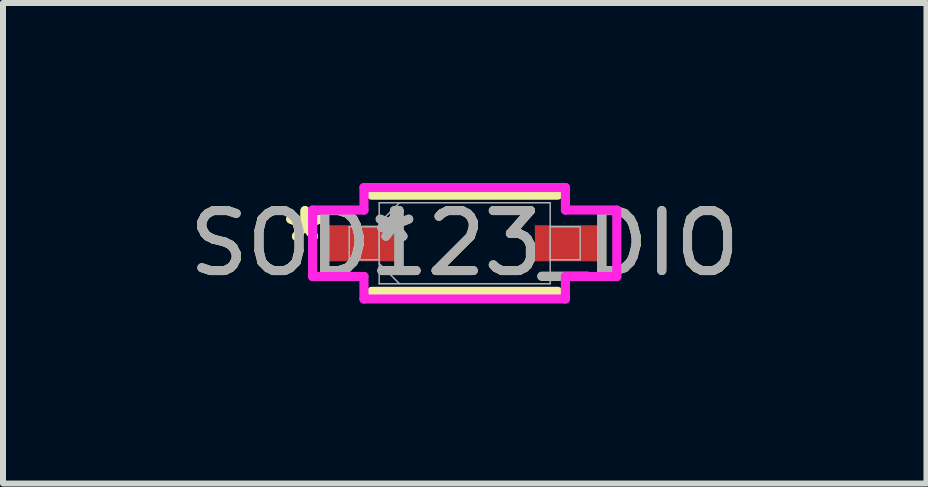
<source format=kicad_pcb>
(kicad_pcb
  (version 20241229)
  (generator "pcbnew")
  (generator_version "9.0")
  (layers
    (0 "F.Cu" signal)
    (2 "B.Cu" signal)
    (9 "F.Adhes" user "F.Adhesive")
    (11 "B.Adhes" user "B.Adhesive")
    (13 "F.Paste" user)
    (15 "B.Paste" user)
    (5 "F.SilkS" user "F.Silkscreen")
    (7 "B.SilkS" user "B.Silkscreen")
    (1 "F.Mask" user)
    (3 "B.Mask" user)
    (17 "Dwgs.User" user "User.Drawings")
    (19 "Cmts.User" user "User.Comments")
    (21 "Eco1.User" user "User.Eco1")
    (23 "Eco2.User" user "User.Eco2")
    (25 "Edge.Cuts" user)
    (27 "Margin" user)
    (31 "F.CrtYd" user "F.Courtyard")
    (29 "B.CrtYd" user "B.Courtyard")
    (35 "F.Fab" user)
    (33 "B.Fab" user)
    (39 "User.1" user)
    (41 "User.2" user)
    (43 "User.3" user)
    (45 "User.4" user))
  (footprint "SOD123_DIO"
    (layer "F.Cu")
    (at 4.696 1.005)
    (property "Reference" "SOD123_DIO" (at 0 0 0) (unlocked yes) (layer "F.SilkS") (effects (font (size 1 1) (thickness 0.15))))
    (attr smd)
    (fp_line (start -1.552 0.802) (end 1.552 0.802) (stroke (width 0.152) (type solid)) (layer "F.SilkS"))
    (fp_line (start 1.552 -0.802) (end -1.552 -0.802) (stroke (width 0.152) (type solid)) (layer "F.SilkS"))
    (fp_line (start -2.535 -0.554) (end -1.679 -0.554) (stroke (width 0.152) (type solid)) (layer "F.CrtYd"))
    (fp_line (start -2.535 0.554) (end -2.535 -0.554) (stroke (width 0.152) (type solid)) (layer "F.CrtYd"))
    (fp_line (start -1.679 -0.929) (end 1.679 -0.929) (stroke (width 0.152) (type solid)) (layer "F.CrtYd"))
    (fp_line (start -1.679 -0.554) (end -1.679 -0.929) (stroke (width 0.152) (type solid)) (layer "F.CrtYd"))
    (fp_line (start -1.679 0.554) (end -2.535 0.554) (stroke (width 0.152) (type solid)) (layer "F.CrtYd"))
    (fp_line (start -1.679 0.929) (end -1.679 0.554) (stroke (width 0.152) (type solid)) (layer "F.CrtYd"))
    (fp_line (start 1.679 -0.929) (end 1.679 -0.554) (stroke (width 0.152) (type solid)) (layer "F.CrtYd"))
    (fp_line (start 1.679 -0.554) (end 2.535 -0.554) (stroke (width 0.152) (type solid)) (layer "F.CrtYd"))
    (fp_line (start 1.679 0.554) (end 1.679 0.929) (stroke (width 0.152) (type solid)) (layer "F.CrtYd"))
    (fp_line (start 1.679 0.929) (end -1.679 0.929) (stroke (width 0.152) (type solid)) (layer "F.CrtYd"))
    (fp_line (start 2.535 -0.554) (end 2.535 0.554) (stroke (width 0.152) (type solid)) (layer "F.CrtYd"))
    (fp_line (start 2.535 0.554) (end 1.679 0.554) (stroke (width 0.152) (type solid)) (layer "F.CrtYd"))
    (fp_line (start -1.925 -0.275) (end -1.925 0.275) (stroke (width 0.025) (type solid)) (layer "F.Fab"))
    (fp_line (start -1.925 0.275) (end -1.425 0.275) (stroke (width 0.025) (type solid)) (layer "F.Fab"))
    (fp_line (start -1.425 -0.675) (end -1.425 0.675) (stroke (width 0.025) (type solid)) (layer "F.Fab"))
    (fp_line (start -1.425 -0.338) (end -1.087 -0.675) (stroke (width 0.025) (type solid)) (layer "F.Fab"))
    (fp_line (start -1.425 -0.275) (end -1.925 -0.275) (stroke (width 0.025) (type solid)) (layer "F.Fab"))
    (fp_line (start -1.425 0.275) (end -1.425 -0.275) (stroke (width 0.025) (type solid)) (layer "F.Fab"))
    (fp_line (start -1.425 0.338) (end -1.087 0.675) (stroke (width 0.025) (type solid)) (layer "F.Fab"))
    (fp_line (start -1.425 0.675) (end 1.425 0.675) (stroke (width 0.025) (type solid)) (layer "F.Fab"))
    (fp_line (start 1.425 -0.675) (end -1.425 -0.675) (stroke (width 0.025) (type solid)) (layer "F.Fab"))
    (fp_line (start 1.425 -0.275) (end 1.425 0.275) (stroke (width 0.025) (type solid)) (layer "F.Fab"))
    (fp_line (start 1.425 0.275) (end 1.925 0.275) (stroke (width 0.025) (type solid)) (layer "F.Fab"))
    (fp_line (start 1.425 0.675) (end 1.425 -0.675) (stroke (width 0.025) (type solid)) (layer "F.Fab"))
    (fp_line (start 1.925 -0.275) (end 1.425 -0.275) (stroke (width 0.025) (type solid)) (layer "F.Fab"))
    (fp_line (start 1.925 0.275) (end 1.925 -0.275) (stroke (width 0.025) (type solid)) (layer "F.Fab"))
    (fp_text user "*" (at -2.662 0 0) (layer "F.SilkS") (effects (font (size 1 1) (thickness 0.15))))
    (fp_text user "*" (at -2.662 0 0) (unlocked yes) (layer "F.SilkS") (effects (font (size 1 1) (thickness 0.15))))
    (fp_text user "*" (at -1.171 0 0) (layer "F.Fab") (effects (font (size 1 1) (thickness 0.15))))
    (fp_text user "*" (at -1.171 0 0) (unlocked yes) (layer "F.Fab") (effects (font (size 1 1) (thickness 0.15))))
    (fp_text user "${REFERENCE}" (at 0 0 0) (unlocked yes) (layer "F.Fab") (effects (font (size 1 1) (thickness 0.15))))
    (pad "1" smd rect (at -1.725 0) (size 1.111 0.601) (layers "F.Cu" "F.Mask" "F.Paste"))
    (pad "2" smd rect (at 1.725 0) (size 1.111 0.601) (layers "F.Cu" "F.Mask" "F.Paste")))
  (gr_rect
    (start -3 -3)
    (end 12.393 5.01)
    (stroke (width 0.1) (type default))
    (fill no)
    (layer "Edge.Cuts")))
</source>
